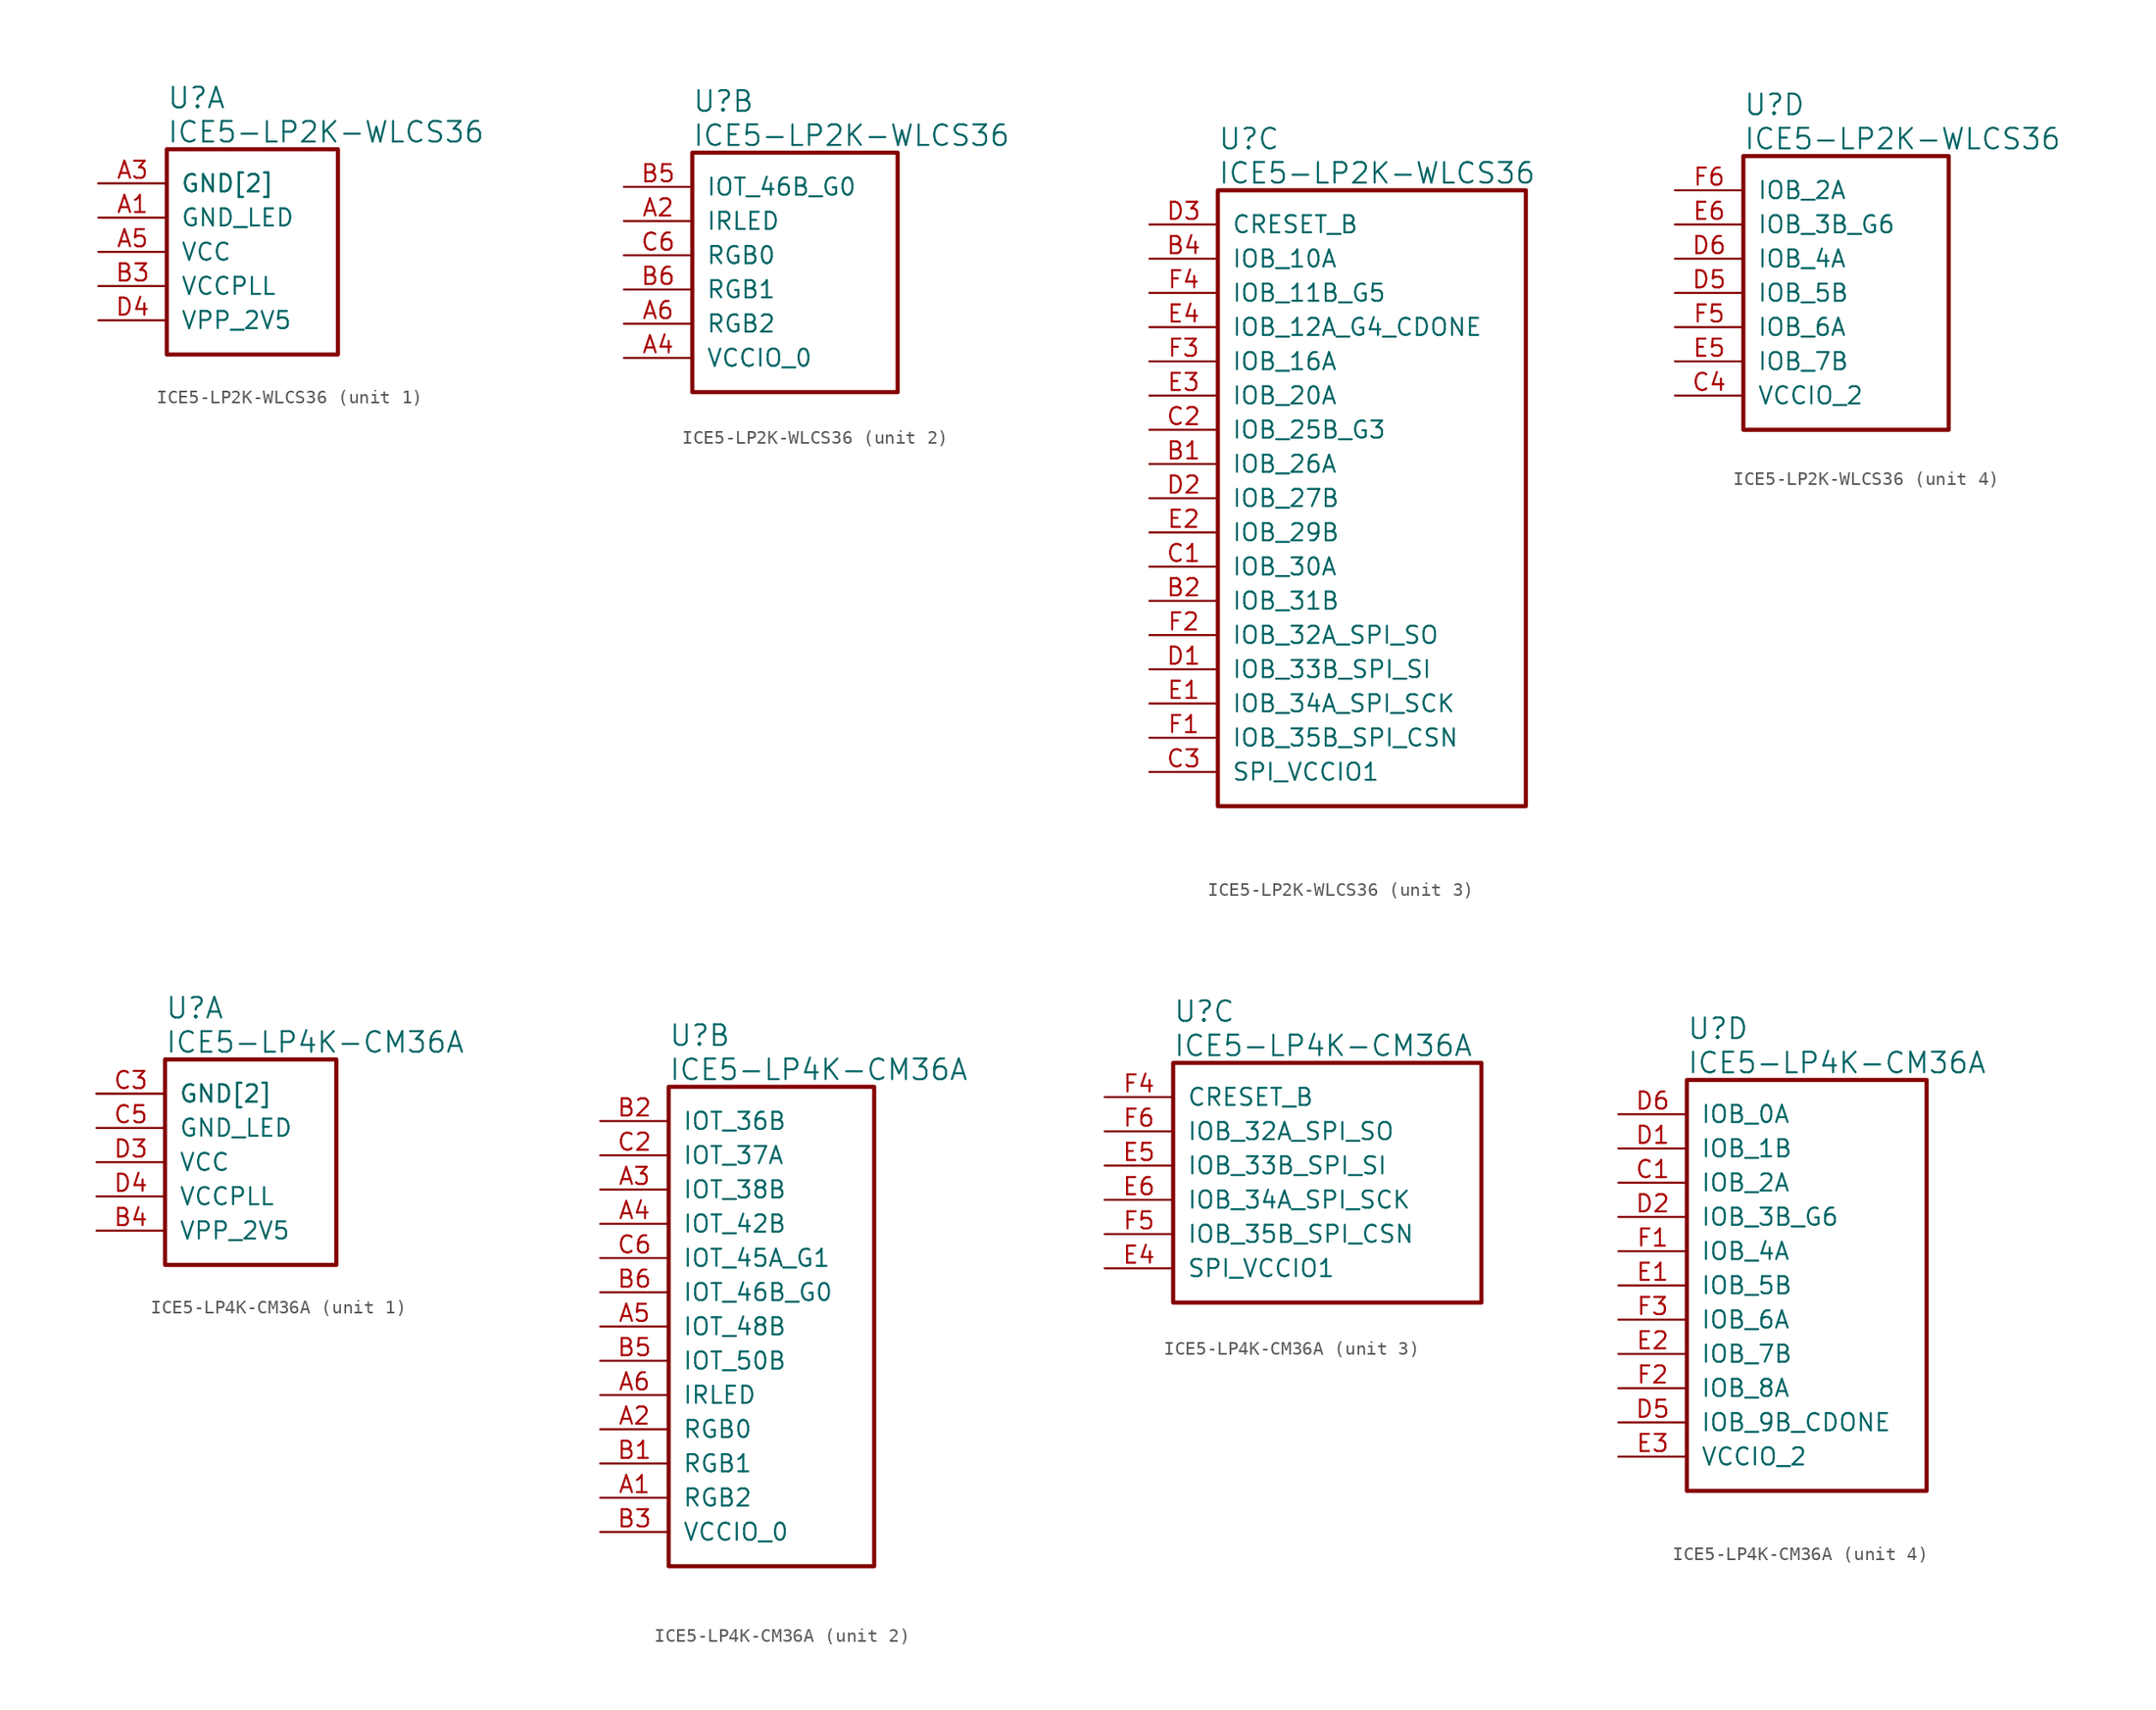
<source format=kicad_sym>
(kicad_symbol_lib
  (version 20241209)
  (generator "kicad_symbol_editor")
  (generator_version "9.0")
  (symbol "ICE5-LP2K-WLCS36"
    (pin_names
      (offset 1.016))
    (property "Reference" "U"
      (at 5.08 6.35 0)
      (effects (font (size 1.524 1.524)) (justify left)))
    (property "Value" "ICE5-LP2K-WLCS36"
      (at 5.08 3.81 0)
      (effects (font (size 1.524 1.524)) (justify left)))
    (property "ki_locked" ""
      (at 0 0 0)
      (effects (font (size 1.27 1.27))))
    (symbol "ICE5-LP2K-WLCS36_1_1"
      (rectangle (start 5.08 2.54) (end 17.78 -12.7) (stroke (width 0.305) (type solid)) (fill (type none)))
      (pin power_in line (at 0 0 0) (length 5.08) (name "GND[2]" (effects (font (size 1.27 1.27)))) (number "A3" (effects (font (size 1.27 1.27)))))
      (pin power_in line (at 0 0 0) (length 5.08) (name "GND[2]" (effects (font (size 1.27 1.27)))) (number "C5" (effects (font (size 0 0)))))
      (pin power_in line (at 0 -2.54 0) (length 5.08) (name "GND_LED" (effects (font (size 1.27 1.27)))) (number "A1" (effects (font (size 1.27 1.27)))))
      (pin power_in line (at 0 -5.08 0) (length 5.08) (name "VCC" (effects (font (size 1.27 1.27)))) (number "A5" (effects (font (size 1.27 1.27)))))
      (pin power_in line (at 0 -7.62 0) (length 5.08) (name "VCCPLL" (effects (font (size 1.27 1.27)))) (number "B3" (effects (font (size 1.27 1.27)))))
      (pin power_in line (at 0 -10.16 0) (length 5.08) (name "VPP_2V5" (effects (font (size 1.27 1.27)))) (number "D4" (effects (font (size 1.27 1.27))))))
    (symbol "ICE5-LP2K-WLCS36_2_1"
      (rectangle (start 5.08 2.54) (end 20.32 -15.24) (stroke (width 0.305) (type solid)) (fill (type none)))
      (pin bidirectional line (at 0 0 0) (length 5.08) (name "IOT_46B_G0" (effects (font (size 1.27 1.27)))) (number "B5" (effects (font (size 1.27 1.27)))))
      (pin bidirectional line (at 0 -2.54 0) (length 5.08) (name "IRLED" (effects (font (size 1.27 1.27)))) (number "A2" (effects (font (size 1.27 1.27)))))
      (pin bidirectional line (at 0 -5.08 0) (length 5.08) (name "RGB0" (effects (font (size 1.27 1.27)))) (number "C6" (effects (font (size 1.27 1.27)))))
      (pin bidirectional line (at 0 -7.62 0) (length 5.08) (name "RGB1" (effects (font (size 1.27 1.27)))) (number "B6" (effects (font (size 1.27 1.27)))))
      (pin bidirectional line (at 0 -10.16 0) (length 5.08) (name "RGB2" (effects (font (size 1.27 1.27)))) (number "A6" (effects (font (size 1.27 1.27)))))
      (pin power_in line (at 0 -12.7 0) (length 5.08) (name "VCCIO_0" (effects (font (size 1.27 1.27)))) (number "A4" (effects (font (size 1.27 1.27))))))
    (symbol "ICE5-LP2K-WLCS36_3_1"
      (rectangle (start 5.08 2.54) (end 27.94 -43.18) (stroke (width 0.305) (type solid)) (fill (type none)))
      (pin input line (at 0 0 0) (length 5.08) (name "CRESET_B" (effects (font (size 1.27 1.27)))) (number "D3" (effects (font (size 1.27 1.27)))))
      (pin bidirectional line (at 0 -2.54 0) (length 5.08) (name "IOB_10A" (effects (font (size 1.27 1.27)))) (number "B4" (effects (font (size 1.27 1.27)))))
      (pin bidirectional line (at 0 -5.08 0) (length 5.08) (name "IOB_11B_G5" (effects (font (size 1.27 1.27)))) (number "F4" (effects (font (size 1.27 1.27)))))
      (pin bidirectional line (at 0 -7.62 0) (length 5.08) (name "IOB_12A_G4_CDONE" (effects (font (size 1.27 1.27)))) (number "E4" (effects (font (size 1.27 1.27)))))
      (pin bidirectional line (at 0 -10.16 0) (length 5.08) (name "IOB_16A" (effects (font (size 1.27 1.27)))) (number "F3" (effects (font (size 1.27 1.27)))))
      (pin bidirectional line (at 0 -12.7 0) (length 5.08) (name "IOB_20A" (effects (font (size 1.27 1.27)))) (number "E3" (effects (font (size 1.27 1.27)))))
      (pin bidirectional line (at 0 -15.24 0) (length 5.08) (name "IOB_25B_G3" (effects (font (size 1.27 1.27)))) (number "C2" (effects (font (size 1.27 1.27)))))
      (pin bidirectional line (at 0 -17.78 0) (length 5.08) (name "IOB_26A" (effects (font (size 1.27 1.27)))) (number "B1" (effects (font (size 1.27 1.27)))))
      (pin bidirectional line (at 0 -20.32 0) (length 5.08) (name "IOB_27B" (effects (font (size 1.27 1.27)))) (number "D2" (effects (font (size 1.27 1.27)))))
      (pin bidirectional line (at 0 -22.86 0) (length 5.08) (name "IOB_29B" (effects (font (size 1.27 1.27)))) (number "E2" (effects (font (size 1.27 1.27)))))
      (pin bidirectional line (at 0 -25.4 0) (length 5.08) (name "IOB_30A" (effects (font (size 1.27 1.27)))) (number "C1" (effects (font (size 1.27 1.27)))))
      (pin bidirectional line (at 0 -27.94 0) (length 5.08) (name "IOB_31B" (effects (font (size 1.27 1.27)))) (number "B2" (effects (font (size 1.27 1.27)))))
      (pin bidirectional line (at 0 -30.48 0) (length 5.08) (name "IOB_32A_SPI_SO" (effects (font (size 1.27 1.27)))) (number "F2" (effects (font (size 1.27 1.27)))))
      (pin bidirectional line (at 0 -33.02 0) (length 5.08) (name "IOB_33B_SPI_SI" (effects (font (size 1.27 1.27)))) (number "D1" (effects (font (size 1.27 1.27)))))
      (pin bidirectional line (at 0 -35.56 0) (length 5.08) (name "IOB_34A_SPI_SCK" (effects (font (size 1.27 1.27)))) (number "E1" (effects (font (size 1.27 1.27)))))
      (pin bidirectional line (at 0 -38.1 0) (length 5.08) (name "IOB_35B_SPI_CSN" (effects (font (size 1.27 1.27)))) (number "F1" (effects (font (size 1.27 1.27)))))
      (pin power_in line (at 0 -40.64 0) (length 5.08) (name "SPI_VCCIO1" (effects (font (size 1.27 1.27)))) (number "C3" (effects (font (size 1.27 1.27))))))
    (symbol "ICE5-LP2K-WLCS36_4_1"
      (rectangle (start 5.08 2.54) (end 20.32 -17.78) (stroke (width 0.305) (type solid)) (fill (type none)))
      (pin bidirectional line (at 0 0 0) (length 5.08) (name "IOB_2A" (effects (font (size 1.27 1.27)))) (number "F6" (effects (font (size 1.27 1.27)))))
      (pin bidirectional line (at 0 -2.54 0) (length 5.08) (name "IOB_3B_G6" (effects (font (size 1.27 1.27)))) (number "E6" (effects (font (size 1.27 1.27)))))
      (pin bidirectional line (at 0 -5.08 0) (length 5.08) (name "IOB_4A" (effects (font (size 1.27 1.27)))) (number "D6" (effects (font (size 1.27 1.27)))))
      (pin bidirectional line (at 0 -7.62 0) (length 5.08) (name "IOB_5B" (effects (font (size 1.27 1.27)))) (number "D5" (effects (font (size 1.27 1.27)))))
      (pin bidirectional line (at 0 -10.16 0) (length 5.08) (name "IOB_6A" (effects (font (size 1.27 1.27)))) (number "F5" (effects (font (size 1.27 1.27)))))
      (pin bidirectional line (at 0 -12.7 0) (length 5.08) (name "IOB_7B" (effects (font (size 1.27 1.27)))) (number "E5" (effects (font (size 1.27 1.27)))))
      (pin power_in line (at 0 -15.24 0) (length 5.08) (name "VCCIO_2" (effects (font (size 1.27 1.27)))) (number "C4" (effects (font (size 1.27 1.27)))))))
  (symbol "ICE5-LP4K-CM36A"
    (pin_names
      (offset 1.016))
    (property "Reference" "U"
      (at 5.08 6.35 0)
      (effects (font (size 1.524 1.524)) (justify left)))
    (property "Value" "ICE5-LP4K-CM36A"
      (at 5.08 3.81 0)
      (effects (font (size 1.524 1.524)) (justify left)))
    (property "ki_locked" ""
      (at 0 0 0)
      (effects (font (size 1.27 1.27))))
    (symbol "ICE5-LP4K-CM36A_1_1"
      (rectangle (start 5.08 2.54) (end 17.78 -12.7) (stroke (width 0.305) (type solid)) (fill (type none)))
      (pin power_in line (at 0 0 0) (length 5.08) (name "GND[2]" (effects (font (size 1.27 1.27)))) (number "C3" (effects (font (size 1.27 1.27)))))
      (pin power_in line (at 0 0 0) (length 5.08) (name "GND[2]" (effects (font (size 1.27 1.27)))) (number "C4" (effects (font (size 0 0)))))
      (pin power_in line (at 0 -2.54 0) (length 5.08) (name "GND_LED" (effects (font (size 1.27 1.27)))) (number "C5" (effects (font (size 1.27 1.27)))))
      (pin power_in line (at 0 -5.08 0) (length 5.08) (name "VCC" (effects (font (size 1.27 1.27)))) (number "D3" (effects (font (size 1.27 1.27)))))
      (pin power_in line (at 0 -7.62 0) (length 5.08) (name "VCCPLL" (effects (font (size 1.27 1.27)))) (number "D4" (effects (font (size 1.27 1.27)))))
      (pin power_in line (at 0 -10.16 0) (length 5.08) (name "VPP_2V5" (effects (font (size 1.27 1.27)))) (number "B4" (effects (font (size 1.27 1.27))))))
    (symbol "ICE5-LP4K-CM36A_2_1"
      (rectangle (start 5.08 2.54) (end 20.32 -33.02) (stroke (width 0.305) (type solid)) (fill (type none)))
      (pin bidirectional line (at 0 0 0) (length 5.08) (name "IOT_36B" (effects (font (size 1.27 1.27)))) (number "B2" (effects (font (size 1.27 1.27)))))
      (pin bidirectional line (at 0 -2.54 0) (length 5.08) (name "IOT_37A" (effects (font (size 1.27 1.27)))) (number "C2" (effects (font (size 1.27 1.27)))))
      (pin bidirectional line (at 0 -5.08 0) (length 5.08) (name "IOT_38B" (effects (font (size 1.27 1.27)))) (number "A3" (effects (font (size 1.27 1.27)))))
      (pin bidirectional line (at 0 -7.62 0) (length 5.08) (name "IOT_42B" (effects (font (size 1.27 1.27)))) (number "A4" (effects (font (size 1.27 1.27)))))
      (pin bidirectional line (at 0 -10.16 0) (length 5.08) (name "IOT_45A_G1" (effects (font (size 1.27 1.27)))) (number "C6" (effects (font (size 1.27 1.27)))))
      (pin bidirectional line (at 0 -12.7 0) (length 5.08) (name "IOT_46B_G0" (effects (font (size 1.27 1.27)))) (number "B6" (effects (font (size 1.27 1.27)))))
      (pin bidirectional line (at 0 -15.24 0) (length 5.08) (name "IOT_48B" (effects (font (size 1.27 1.27)))) (number "A5" (effects (font (size 1.27 1.27)))))
      (pin bidirectional line (at 0 -17.78 0) (length 5.08) (name "IOT_50B" (effects (font (size 1.27 1.27)))) (number "B5" (effects (font (size 1.27 1.27)))))
      (pin bidirectional line (at 0 -20.32 0) (length 5.08) (name "IRLED" (effects (font (size 1.27 1.27)))) (number "A6" (effects (font (size 1.27 1.27)))))
      (pin bidirectional line (at 0 -22.86 0) (length 5.08) (name "RGB0" (effects (font (size 1.27 1.27)))) (number "A2" (effects (font (size 1.27 1.27)))))
      (pin bidirectional line (at 0 -25.4 0) (length 5.08) (name "RGB1" (effects (font (size 1.27 1.27)))) (number "B1" (effects (font (size 1.27 1.27)))))
      (pin bidirectional line (at 0 -27.94 0) (length 5.08) (name "RGB2" (effects (font (size 1.27 1.27)))) (number "A1" (effects (font (size 1.27 1.27)))))
      (pin power_in line (at 0 -30.48 0) (length 5.08) (name "VCCIO_0" (effects (font (size 1.27 1.27)))) (number "B3" (effects (font (size 1.27 1.27))))))
    (symbol "ICE5-LP4K-CM36A_3_1"
      (rectangle (start 5.08 2.54) (end 27.94 -15.24) (stroke (width 0.305) (type solid)) (fill (type none)))
      (pin input line (at 0 0 0) (length 5.08) (name "CRESET_B" (effects (font (size 1.27 1.27)))) (number "F4" (effects (font (size 1.27 1.27)))))
      (pin bidirectional line (at 0 -2.54 0) (length 5.08) (name "IOB_32A_SPI_SO" (effects (font (size 1.27 1.27)))) (number "F6" (effects (font (size 1.27 1.27)))))
      (pin bidirectional line (at 0 -5.08 0) (length 5.08) (name "IOB_33B_SPI_SI" (effects (font (size 1.27 1.27)))) (number "E5" (effects (font (size 1.27 1.27)))))
      (pin bidirectional line (at 0 -7.62 0) (length 5.08) (name "IOB_34A_SPI_SCK" (effects (font (size 1.27 1.27)))) (number "E6" (effects (font (size 1.27 1.27)))))
      (pin bidirectional line (at 0 -10.16 0) (length 5.08) (name "IOB_35B_SPI_CSN" (effects (font (size 1.27 1.27)))) (number "F5" (effects (font (size 1.27 1.27)))))
      (pin power_in line (at 0 -12.7 0) (length 5.08) (name "SPI_VCCIO1" (effects (font (size 1.27 1.27)))) (number "E4" (effects (font (size 1.27 1.27))))))
    (symbol "ICE5-LP4K-CM36A_4_1"
      (rectangle (start 5.08 2.54) (end 22.86 -27.94) (stroke (width 0.305) (type solid)) (fill (type none)))
      (pin bidirectional line (at 0 0 0) (length 5.08) (name "IOB_0A" (effects (font (size 1.27 1.27)))) (number "D6" (effects (font (size 1.27 1.27)))))
      (pin bidirectional line (at 0 -2.54 0) (length 5.08) (name "IOB_1B" (effects (font (size 1.27 1.27)))) (number "D1" (effects (font (size 1.27 1.27)))))
      (pin bidirectional line (at 0 -5.08 0) (length 5.08) (name "IOB_2A" (effects (font (size 1.27 1.27)))) (number "C1" (effects (font (size 1.27 1.27)))))
      (pin bidirectional line (at 0 -7.62 0) (length 5.08) (name "IOB_3B_G6" (effects (font (size 1.27 1.27)))) (number "D2" (effects (font (size 1.27 1.27)))))
      (pin bidirectional line (at 0 -10.16 0) (length 5.08) (name "IOB_4A" (effects (font (size 1.27 1.27)))) (number "F1" (effects (font (size 1.27 1.27)))))
      (pin bidirectional line (at 0 -12.7 0) (length 5.08) (name "IOB_5B" (effects (font (size 1.27 1.27)))) (number "E1" (effects (font (size 1.27 1.27)))))
      (pin bidirectional line (at 0 -15.24 0) (length 5.08) (name "IOB_6A" (effects (font (size 1.27 1.27)))) (number "F3" (effects (font (size 1.27 1.27)))))
      (pin bidirectional line (at 0 -17.78 0) (length 5.08) (name "IOB_7B" (effects (font (size 1.27 1.27)))) (number "E2" (effects (font (size 1.27 1.27)))))
      (pin bidirectional line (at 0 -20.32 0) (length 5.08) (name "IOB_8A" (effects (font (size 1.27 1.27)))) (number "F2" (effects (font (size 1.27 1.27)))))
      (pin bidirectional line (at 0 -22.86 0) (length 5.08) (name "IOB_9B_CDONE" (effects (font (size 1.27 1.27)))) (number "D5" (effects (font (size 1.27 1.27)))))
      (pin power_in line (at 0 -25.4 0) (length 5.08) (name "VCCIO_2" (effects (font (size 1.27 1.27)))) (number "E3" (effects (font (size 1.27 1.27))))))))
</source>
